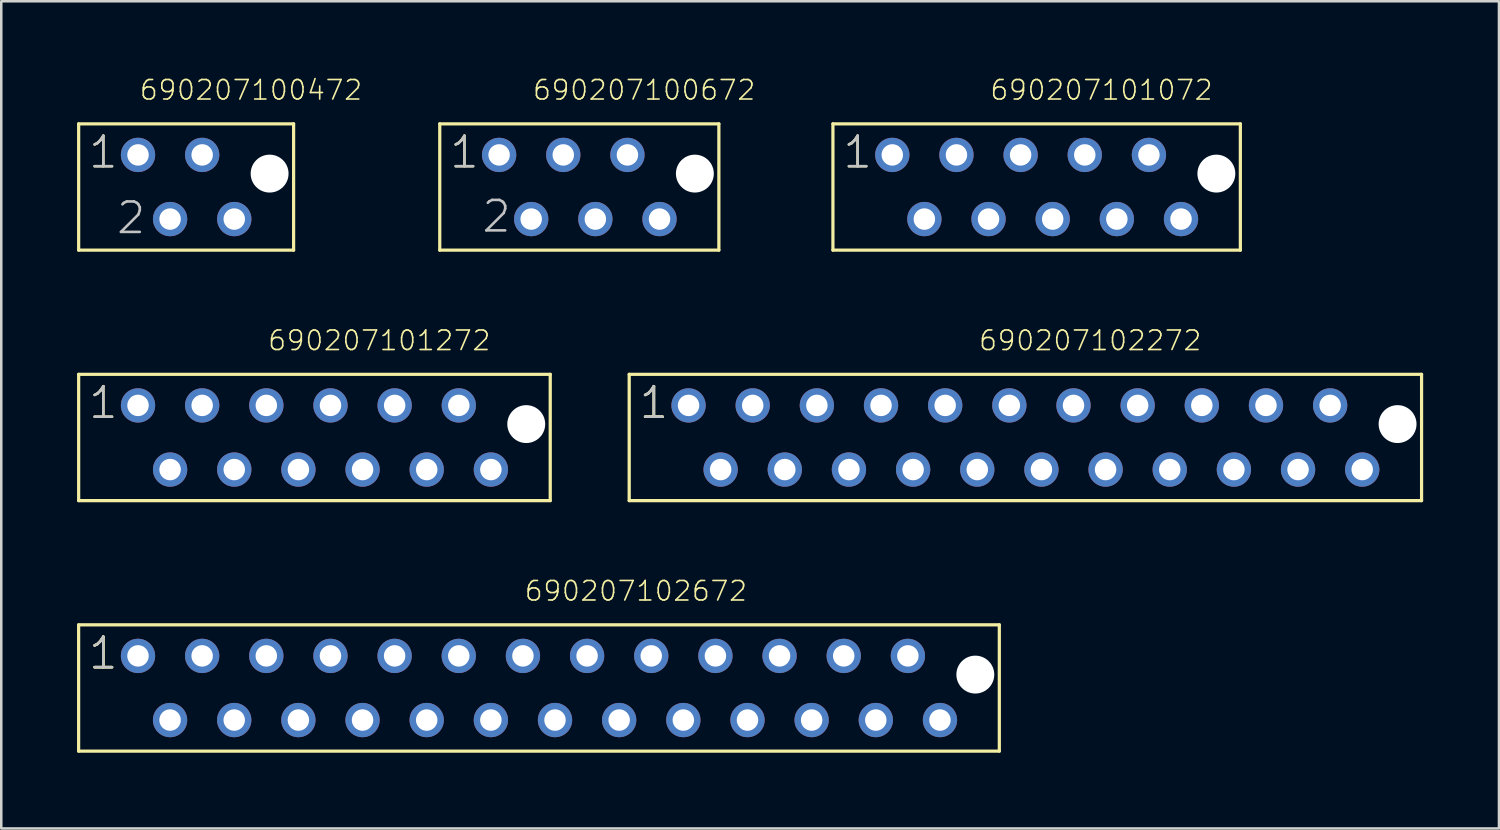
<source format=kicad_pcb>
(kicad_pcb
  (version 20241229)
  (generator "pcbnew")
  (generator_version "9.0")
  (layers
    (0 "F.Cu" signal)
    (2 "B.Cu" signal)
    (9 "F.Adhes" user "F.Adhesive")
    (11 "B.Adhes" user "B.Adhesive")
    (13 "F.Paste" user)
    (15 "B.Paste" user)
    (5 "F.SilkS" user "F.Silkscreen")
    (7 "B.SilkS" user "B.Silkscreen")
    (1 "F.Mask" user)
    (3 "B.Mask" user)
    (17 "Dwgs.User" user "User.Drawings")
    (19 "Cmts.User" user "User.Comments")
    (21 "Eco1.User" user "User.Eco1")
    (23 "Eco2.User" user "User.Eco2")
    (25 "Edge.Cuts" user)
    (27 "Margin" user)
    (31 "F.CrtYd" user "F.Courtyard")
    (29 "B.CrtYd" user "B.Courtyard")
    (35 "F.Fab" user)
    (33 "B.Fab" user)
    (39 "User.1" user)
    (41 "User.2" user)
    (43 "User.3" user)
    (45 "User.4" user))
  (footprint "690207100472"
    (layer "F.Cu")
    (at 4.319 4.353)
    (property "Reference" "690207100472" (at -1.887 -3.386 0) (layer "F.SilkS") (effects (font (size 0.772 0.772) (thickness 0.065)) (justify left bottom)))
    (attr through_hole)
    (fp_line (start -4.255 -2.5) (end -4.255 2.5) (stroke (width 0.127) (type solid)) (layer "F.SilkS"))
    (fp_line (start -4.255 2.5) (end 4.255 2.5) (stroke (width 0.127) (type solid)) (layer "F.SilkS"))
    (fp_line (start 4.255 -2.5) (end -4.255 -2.5) (stroke (width 0.127) (type solid)) (layer "F.SilkS"))
    (fp_line (start 4.255 2.5) (end 4.255 -2.5) (stroke (width 0.127) (type solid)) (layer "F.SilkS"))
    (fp_text user "1" (at -3.92 -0.67 0) (layer "F.SilkS") (effects (font (size 1.206 1.206) (thickness 0.102)) (justify left bottom)))
    (fp_text user "1" (at -3.92 -0.67 0) (layer "Dwgs.User") (effects (font (size 1.206 1.206) (thickness 0.102)) (justify left bottom)))
    (fp_text user "2" (at -2.82 1.93 0) (layer "Dwgs.User") (effects (font (size 1.206 1.206) (thickness 0.102)) (justify left bottom)))
    (pad "" np_thru_hole circle (at 3.305 -0.53) (size 1.5 1.5) (drill 1.5) (layers "*.Cu"))
    (pad "1" thru_hole circle (at -1.905 -1.27 180) (size 1.358 1.358) (drill 0.85) (layers "*.Cu" "*.Mask"))
    (pad "2" thru_hole circle (at -0.635 1.27 180) (size 1.358 1.358) (drill 0.85) (layers "*.Cu" "*.Mask"))
    (pad "3" thru_hole circle (at 0.635 -1.27 180) (size 1.358 1.358) (drill 0.85) (layers "*.Cu" "*.Mask"))
    (pad "4" thru_hole circle (at 1.905 1.27 180) (size 1.358 1.358) (drill 0.85) (layers "*.Cu" "*.Mask")))
  (footprint "690207102272"
    (layer "F.Cu")
    (at 37.545 14.27)
    (property "Reference" "690207102272" (at -1.887 -3.386 0) (layer "F.SilkS") (effects (font (size 0.772 0.772) (thickness 0.065)) (justify left bottom)))
    (attr through_hole)
    (fp_line (start -15.685 -2.5) (end -15.685 2.5) (stroke (width 0.127) (type solid)) (layer "F.SilkS"))
    (fp_line (start -15.685 2.5) (end 15.685 2.5) (stroke (width 0.127) (type solid)) (layer "F.SilkS"))
    (fp_line (start 15.685 -2.5) (end -15.685 -2.5) (stroke (width 0.127) (type solid)) (layer "F.SilkS"))
    (fp_line (start 15.685 2.5) (end 15.685 -2.5) (stroke (width 0.127) (type solid)) (layer "F.SilkS"))
    (fp_text user "1" (at -15.35 -0.67 0) (layer "F.SilkS") (effects (font (size 1.206 1.206) (thickness 0.102)) (justify left bottom)))
    (fp_text user "1" (at -15.35 -0.67 0) (layer "F.SilkS") (effects (font (size 1.206 1.206) (thickness 0.102)) (justify left bottom)))
    (fp_text user "1" (at -15.35 -0.67 0) (layer "Dwgs.User") (effects (font (size 1.206 1.206) (thickness 0.102)) (justify left bottom)))
    (pad "" np_thru_hole circle (at 14.735 -0.53) (size 1.5 1.5) (drill 1.5) (layers "*.Cu"))
    (pad "1" thru_hole circle (at -13.335 -1.27 180) (size 1.358 1.358) (drill 0.85) (layers "*.Cu" "*.Mask"))
    (pad "2" thru_hole circle (at -12.065 1.27 180) (size 1.358 1.358) (drill 0.85) (layers "*.Cu" "*.Mask"))
    (pad "3" thru_hole circle (at -10.795 -1.27 180) (size 1.358 1.358) (drill 0.85) (layers "*.Cu" "*.Mask"))
    (pad "4" thru_hole circle (at -9.525 1.27 180) (size 1.358 1.358) (drill 0.85) (layers "*.Cu" "*.Mask"))
    (pad "5" thru_hole circle (at -8.255 -1.27 180) (size 1.358 1.358) (drill 0.85) (layers "*.Cu" "*.Mask"))
    (pad "6" thru_hole circle (at -6.985 1.27 180) (size 1.358 1.358) (drill 0.85) (layers "*.Cu" "*.Mask"))
    (pad "7" thru_hole circle (at -5.715 -1.27 180) (size 1.358 1.358) (drill 0.85) (layers "*.Cu" "*.Mask"))
    (pad "8" thru_hole circle (at -4.445 1.27 180) (size 1.358 1.358) (drill 0.85) (layers "*.Cu" "*.Mask"))
    (pad "9" thru_hole circle (at -3.175 -1.27 180) (size 1.358 1.358) (drill 0.85) (layers "*.Cu" "*.Mask"))
    (pad "10" thru_hole circle (at -1.905 1.27 180) (size 1.358 1.358) (drill 0.85) (layers "*.Cu" "*.Mask"))
    (pad "11" thru_hole circle (at -0.635 -1.27 180) (size 1.358 1.358) (drill 0.85) (layers "*.Cu" "*.Mask"))
    (pad "12" thru_hole circle (at 0.635 1.27 180) (size 1.358 1.358) (drill 0.85) (layers "*.Cu" "*.Mask"))
    (pad "13" thru_hole circle (at 1.905 -1.27 180) (size 1.358 1.358) (drill 0.85) (layers "*.Cu" "*.Mask"))
    (pad "14" thru_hole circle (at 3.175 1.27 180) (size 1.358 1.358) (drill 0.85) (layers "*.Cu" "*.Mask"))
    (pad "15" thru_hole circle (at 4.445 -1.27 180) (size 1.358 1.358) (drill 0.85) (layers "*.Cu" "*.Mask"))
    (pad "16" thru_hole circle (at 5.715 1.27 180) (size 1.358 1.358) (drill 0.85) (layers "*.Cu" "*.Mask"))
    (pad "17" thru_hole circle (at 6.985 -1.27 180) (size 1.358 1.358) (drill 0.85) (layers "*.Cu" "*.Mask"))
    (pad "18" thru_hole circle (at 8.255 1.27 180) (size 1.358 1.358) (drill 0.85) (layers "*.Cu" "*.Mask"))
    (pad "19" thru_hole circle (at 9.525 -1.27 180) (size 1.358 1.358) (drill 0.85) (layers "*.Cu" "*.Mask"))
    (pad "20" thru_hole circle (at 10.795 1.27 180) (size 1.358 1.358) (drill 0.85) (layers "*.Cu" "*.Mask"))
    (pad "21" thru_hole circle (at 12.065 -1.27 180) (size 1.358 1.358) (drill 0.85) (layers "*.Cu" "*.Mask"))
    (pad "22" thru_hole circle (at 13.335 1.27 180) (size 1.358 1.358) (drill 0.85) (layers "*.Cu" "*.Mask")))
  (footprint "690207102672"
    (layer "F.Cu")
    (at 19.558 24.187)
    (property "Reference" "690207102672" (at -1.887 -3.386 0) (layer "F.SilkS") (effects (font (size 0.772 0.772) (thickness 0.065)) (justify left bottom)))
    (attr through_hole)
    (fp_line (start -19.495 -2.5) (end -19.495 2.5) (stroke (width 0.127) (type solid)) (layer "F.SilkS"))
    (fp_line (start -19.495 2.5) (end 16.955 2.5) (stroke (width 0.127) (type solid)) (layer "F.SilkS"))
    (fp_line (start 16.955 -2.5) (end -19.495 -2.5) (stroke (width 0.127) (type solid)) (layer "F.SilkS"))
    (fp_line (start 16.955 2.5) (end 16.955 -2.5) (stroke (width 0.127) (type solid)) (layer "F.SilkS"))
    (fp_text user "1" (at -19.16 -0.67 0) (layer "F.SilkS") (effects (font (size 1.206 1.206) (thickness 0.102)) (justify left bottom)))
    (fp_text user "1" (at -19.16 -0.67 0) (layer "F.SilkS") (effects (font (size 1.206 1.206) (thickness 0.102)) (justify left bottom)))
    (fp_text user "1" (at -19.16 -0.67 0) (layer "Dwgs.User") (effects (font (size 1.206 1.206) (thickness 0.102)) (justify left bottom)))
    (pad "" np_thru_hole circle (at 16.005 -0.53) (size 1.5 1.5) (drill 1.5) (layers "*.Cu"))
    (pad "1" thru_hole circle (at -17.145 -1.27 180) (size 1.358 1.358) (drill 0.85) (layers "*.Cu" "*.Mask"))
    (pad "2" thru_hole circle (at -15.875 1.27 180) (size 1.358 1.358) (drill 0.85) (layers "*.Cu" "*.Mask"))
    (pad "3" thru_hole circle (at -14.605 -1.27 180) (size 1.358 1.358) (drill 0.85) (layers "*.Cu" "*.Mask"))
    (pad "4" thru_hole circle (at -13.335 1.27 180) (size 1.358 1.358) (drill 0.85) (layers "*.Cu" "*.Mask"))
    (pad "5" thru_hole circle (at -12.065 -1.27 180) (size 1.358 1.358) (drill 0.85) (layers "*.Cu" "*.Mask"))
    (pad "6" thru_hole circle (at -10.795 1.27 180) (size 1.358 1.358) (drill 0.85) (layers "*.Cu" "*.Mask"))
    (pad "7" thru_hole circle (at -9.525 -1.27 180) (size 1.358 1.358) (drill 0.85) (layers "*.Cu" "*.Mask"))
    (pad "8" thru_hole circle (at -8.255 1.27 180) (size 1.358 1.358) (drill 0.85) (layers "*.Cu" "*.Mask"))
    (pad "9" thru_hole circle (at -6.985 -1.27 180) (size 1.358 1.358) (drill 0.85) (layers "*.Cu" "*.Mask"))
    (pad "10" thru_hole circle (at -5.715 1.27 180) (size 1.358 1.358) (drill 0.85) (layers "*.Cu" "*.Mask"))
    (pad "11" thru_hole circle (at -4.445 -1.27 180) (size 1.358 1.358) (drill 0.85) (layers "*.Cu" "*.Mask"))
    (pad "12" thru_hole circle (at -3.175 1.27 180) (size 1.358 1.358) (drill 0.85) (layers "*.Cu" "*.Mask"))
    (pad "13" thru_hole circle (at -1.905 -1.27 180) (size 1.358 1.358) (drill 0.85) (layers "*.Cu" "*.Mask"))
    (pad "14" thru_hole circle (at -0.635 1.27 180) (size 1.358 1.358) (drill 0.85) (layers "*.Cu" "*.Mask"))
    (pad "15" thru_hole circle (at 0.635 -1.27 180) (size 1.358 1.358) (drill 0.85) (layers "*.Cu" "*.Mask"))
    (pad "16" thru_hole circle (at 1.905 1.27 180) (size 1.358 1.358) (drill 0.85) (layers "*.Cu" "*.Mask"))
    (pad "17" thru_hole circle (at 3.175 -1.27 180) (size 1.358 1.358) (drill 0.85) (layers "*.Cu" "*.Mask"))
    (pad "18" thru_hole circle (at 4.445 1.27 180) (size 1.358 1.358) (drill 0.85) (layers "*.Cu" "*.Mask"))
    (pad "19" thru_hole circle (at 5.715 -1.27 180) (size 1.358 1.358) (drill 0.85) (layers "*.Cu" "*.Mask"))
    (pad "20" thru_hole circle (at 6.985 1.27 180) (size 1.358 1.358) (drill 0.85) (layers "*.Cu" "*.Mask"))
    (pad "21" thru_hole circle (at 8.255 -1.27 180) (size 1.358 1.358) (drill 0.85) (layers "*.Cu" "*.Mask"))
    (pad "22" thru_hole circle (at 9.525 1.27 180) (size 1.358 1.358) (drill 0.85) (layers "*.Cu" "*.Mask"))
    (pad "23" thru_hole circle (at 10.795 -1.27 180) (size 1.358 1.358) (drill 0.85) (layers "*.Cu" "*.Mask"))
    (pad "24" thru_hole circle (at 12.065 1.27 180) (size 1.358 1.358) (drill 0.85) (layers "*.Cu" "*.Mask"))
    (pad "25" thru_hole circle (at 13.335 -1.27 180) (size 1.358 1.358) (drill 0.85) (layers "*.Cu" "*.Mask"))
    (pad "26" thru_hole circle (at 14.605 1.27 180) (size 1.358 1.358) (drill 0.85) (layers "*.Cu" "*.Mask")))
  (footprint "690207101272"
    (layer "F.Cu")
    (at 9.399 14.27)
    (property "Reference" "690207101272" (at -1.887 -3.386 0) (layer "F.SilkS") (effects (font (size 0.772 0.772) (thickness 0.065)) (justify left bottom)))
    (attr through_hole)
    (fp_line (start -9.335 -2.5) (end -9.335 2.5) (stroke (width 0.127) (type solid)) (layer "F.SilkS"))
    (fp_line (start -9.335 2.5) (end 9.335 2.5) (stroke (width 0.127) (type solid)) (layer "F.SilkS"))
    (fp_line (start 9.335 -2.5) (end -9.335 -2.5) (stroke (width 0.127) (type solid)) (layer "F.SilkS"))
    (fp_line (start 9.335 2.5) (end 9.335 -2.5) (stroke (width 0.127) (type solid)) (layer "F.SilkS"))
    (fp_text user "1" (at -9 -0.67 0) (layer "F.SilkS") (effects (font (size 1.206 1.206) (thickness 0.102)) (justify left bottom)))
    (fp_text user "1" (at -9 -0.67 0) (layer "Dwgs.User") (effects (font (size 1.206 1.206) (thickness 0.102)) (justify left bottom)))
    (pad "" np_thru_hole circle (at 8.385 -0.53) (size 1.5 1.5) (drill 1.5) (layers "*.Cu"))
    (pad "1" thru_hole circle (at -6.985 -1.27 180) (size 1.358 1.358) (drill 0.85) (layers "*.Cu" "*.Mask"))
    (pad "2" thru_hole circle (at -5.715 1.27 180) (size 1.358 1.358) (drill 0.85) (layers "*.Cu" "*.Mask"))
    (pad "3" thru_hole circle (at -4.445 -1.27 180) (size 1.358 1.358) (drill 0.85) (layers "*.Cu" "*.Mask"))
    (pad "4" thru_hole circle (at -3.175 1.27 180) (size 1.358 1.358) (drill 0.85) (layers "*.Cu" "*.Mask"))
    (pad "5" thru_hole circle (at -1.905 -1.27 180) (size 1.358 1.358) (drill 0.85) (layers "*.Cu" "*.Mask"))
    (pad "6" thru_hole circle (at -0.635 1.27 180) (size 1.358 1.358) (drill 0.85) (layers "*.Cu" "*.Mask"))
    (pad "7" thru_hole circle (at 0.635 -1.27 180) (size 1.358 1.358) (drill 0.85) (layers "*.Cu" "*.Mask"))
    (pad "8" thru_hole circle (at 1.905 1.27 180) (size 1.358 1.358) (drill 0.85) (layers "*.Cu" "*.Mask"))
    (pad "9" thru_hole circle (at 3.175 -1.27 180) (size 1.358 1.358) (drill 0.85) (layers "*.Cu" "*.Mask"))
    (pad "10" thru_hole circle (at 4.445 1.27 180) (size 1.358 1.358) (drill 0.85) (layers "*.Cu" "*.Mask"))
    (pad "11" thru_hole circle (at 5.715 -1.27 180) (size 1.358 1.358) (drill 0.85) (layers "*.Cu" "*.Mask"))
    (pad "12" thru_hole circle (at 6.985 1.27 180) (size 1.358 1.358) (drill 0.85) (layers "*.Cu" "*.Mask")))
  (footprint "690207100672"
    (layer "F.Cu")
    (at 19.885 4.353)
    (property "Reference" "690207100672" (at -1.887 -3.386 0) (layer "F.SilkS") (effects (font (size 0.772 0.772) (thickness 0.065)) (justify left bottom)))
    (attr through_hole)
    (fp_line (start -5.525 -2.5) (end -5.525 2.5) (stroke (width 0.127) (type solid)) (layer "F.SilkS"))
    (fp_line (start -5.525 2.5) (end 5.525 2.5) (stroke (width 0.127) (type solid)) (layer "F.SilkS"))
    (fp_line (start 5.525 -2.5) (end -5.525 -2.5) (stroke (width 0.127) (type solid)) (layer "F.SilkS"))
    (fp_line (start 5.525 2.5) (end 5.525 -2.5) (stroke (width 0.127) (type solid)) (layer "F.SilkS"))
    (fp_text user "1" (at -5.19 -0.67 0) (layer "F.SilkS") (effects (font (size 1.206 1.206) (thickness 0.102)) (justify left bottom)))
    (fp_text user "2" (at -3.92 1.87 0) (layer "Dwgs.User") (effects (font (size 1.206 1.206) (thickness 0.102)) (justify left bottom)))
    (fp_text user "1" (at -5.19 -0.67 0) (layer "Dwgs.User") (effects (font (size 1.206 1.206) (thickness 0.102)) (justify left bottom)))
    (pad "" np_thru_hole circle (at 4.575 -0.53) (size 1.5 1.5) (drill 1.5) (layers "*.Cu"))
    (pad "1" thru_hole circle (at -3.175 -1.27 180) (size 1.358 1.358) (drill 0.85) (layers "*.Cu" "*.Mask"))
    (pad "2" thru_hole circle (at -1.905 1.27 180) (size 1.358 1.358) (drill 0.85) (layers "*.Cu" "*.Mask"))
    (pad "3" thru_hole circle (at -0.635 -1.27 180) (size 1.358 1.358) (drill 0.85) (layers "*.Cu" "*.Mask"))
    (pad "4" thru_hole circle (at 0.635 1.27 180) (size 1.358 1.358) (drill 0.85) (layers "*.Cu" "*.Mask"))
    (pad "5" thru_hole circle (at 1.905 -1.27 180) (size 1.358 1.358) (drill 0.85) (layers "*.Cu" "*.Mask"))
    (pad "6" thru_hole circle (at 3.175 1.27 180) (size 1.358 1.358) (drill 0.85) (layers "*.Cu" "*.Mask")))
  (footprint "690207101072"
    (layer "F.Cu")
    (at 37.991 4.353)
    (property "Reference" "690207101072" (at -1.887 -3.386 0) (layer "F.SilkS") (effects (font (size 0.772 0.772) (thickness 0.065)) (justify left bottom)))
    (attr through_hole)
    (fp_line (start -8.065 -2.5) (end -8.065 2.5) (stroke (width 0.127) (type solid)) (layer "F.SilkS"))
    (fp_line (start -8.065 2.5) (end 8.065 2.5) (stroke (width 0.127) (type solid)) (layer "F.SilkS"))
    (fp_line (start 8.065 -2.5) (end -8.065 -2.5) (stroke (width 0.127) (type solid)) (layer "F.SilkS"))
    (fp_line (start 8.065 2.5) (end 8.065 -2.5) (stroke (width 0.127) (type solid)) (layer "F.SilkS"))
    (fp_text user "1" (at -7.73 -0.67 0) (layer "F.SilkS") (effects (font (size 1.206 1.206) (thickness 0.102)) (justify left bottom)))
    (fp_text user "1" (at -7.73 -0.67 0) (layer "Dwgs.User") (effects (font (size 1.206 1.206) (thickness 0.102)) (justify left bottom)))
    (pad "" np_thru_hole circle (at 7.115 -0.53) (size 1.5 1.5) (drill 1.5) (layers "*.Cu"))
    (pad "1" thru_hole circle (at -5.715 -1.27 180) (size 1.358 1.358) (drill 0.85) (layers "*.Cu" "*.Mask"))
    (pad "2" thru_hole circle (at -4.445 1.27 180) (size 1.358 1.358) (drill 0.85) (layers "*.Cu" "*.Mask"))
    (pad "3" thru_hole circle (at -3.175 -1.27 180) (size 1.358 1.358) (drill 0.85) (layers "*.Cu" "*.Mask"))
    (pad "4" thru_hole circle (at -1.905 1.27 180) (size 1.358 1.358) (drill 0.85) (layers "*.Cu" "*.Mask"))
    (pad "5" thru_hole circle (at -0.635 -1.27 180) (size 1.358 1.358) (drill 0.85) (layers "*.Cu" "*.Mask"))
    (pad "6" thru_hole circle (at 0.635 1.27 180) (size 1.358 1.358) (drill 0.85) (layers "*.Cu" "*.Mask"))
    (pad "7" thru_hole circle (at 1.905 -1.27 180) (size 1.358 1.358) (drill 0.85) (layers "*.Cu" "*.Mask"))
    (pad "8" thru_hole circle (at 3.175 1.27 180) (size 1.358 1.358) (drill 0.85) (layers "*.Cu" "*.Mask"))
    (pad "9" thru_hole circle (at 4.445 -1.27 180) (size 1.358 1.358) (drill 0.85) (layers "*.Cu" "*.Mask"))
    (pad "10" thru_hole circle (at 5.715 1.27 180) (size 1.358 1.358) (drill 0.85) (layers "*.Cu" "*.Mask")))
  (gr_rect
    (start -3 -3)
    (end 56.294 29.75)
    (stroke (width 0.1) (type default))
    (fill no)
    (layer "Edge.Cuts")))
</source>
